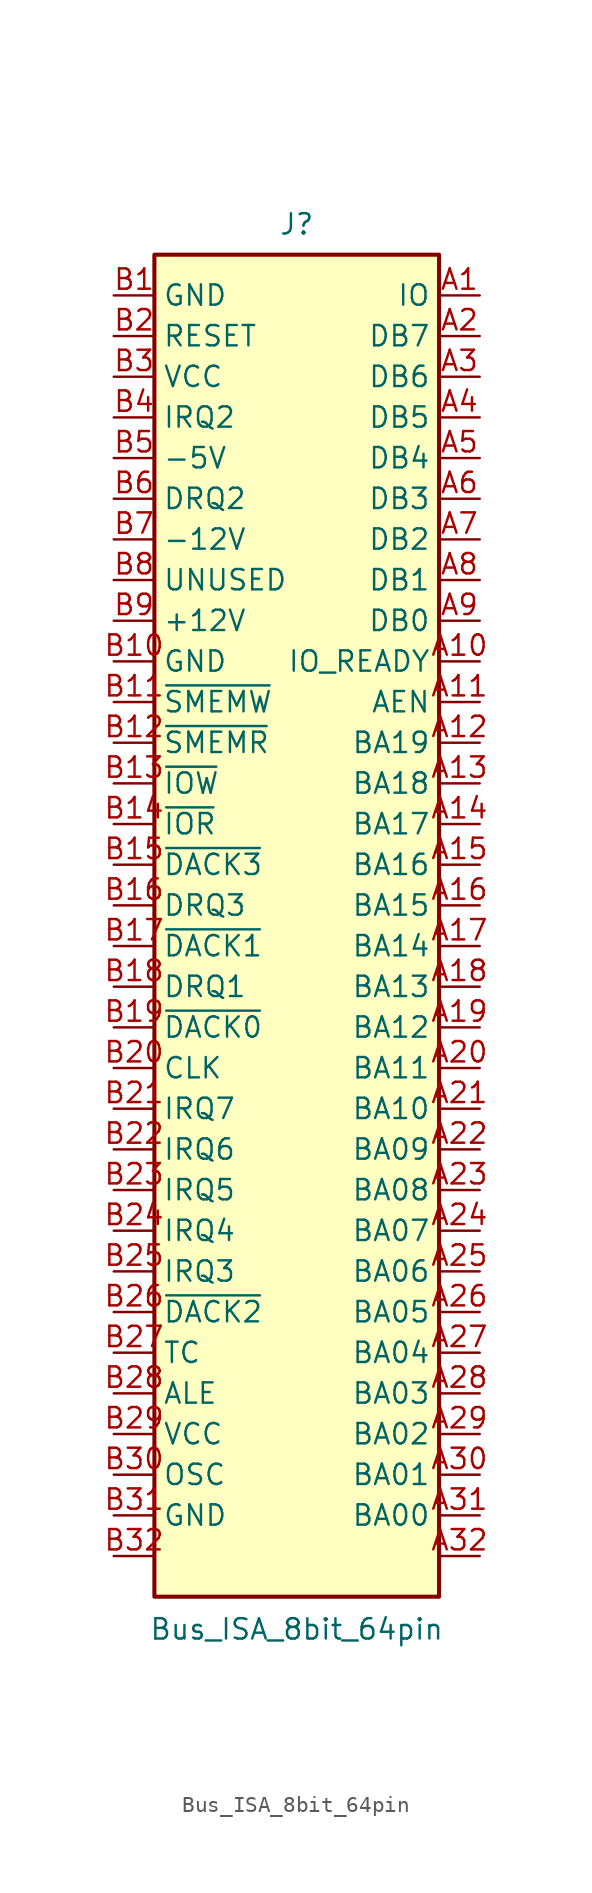
<source format=kicad_sym>
(kicad_symbol_lib
  (version 20241209)
  (generator "kicad_symbol_editor")
  (generator_version "9.0")
  (symbol "Bus_ISA_8bit_64pin"
    (property "Reference" "J"
      (at 0 42.545 0)
      (effects (font (size 1.27 1.27))))
    (property "Value" "Bus_ISA_8bit_64pin"
      (at 0 -45.212 0)
      (effects (font (size 1.27 1.27))))
    (symbol "Bus_ISA_8bit_64pin_0_1"
      (rectangle (start -8.89 40.64) (end 8.89 -43.18) (stroke (width 0.254) (type default)) (fill (type background))))
    (symbol "Bus_ISA_8bit_64pin_1_1"
      (pin power_in line (at -11.43 38.1 0) (length 2.54) (name "GND" (effects (font (size 1.27 1.27)))) (number "B1" (effects (font (size 1.27 1.27)))))
      (pin output line (at -11.43 35.56 0) (length 2.54) (name "RESET" (effects (font (size 1.27 1.27)))) (number "B2" (effects (font (size 1.27 1.27)))))
      (pin power_in line (at -11.43 33.02 0) (length 2.54) (name "VCC" (effects (font (size 1.27 1.27)))) (number "B3" (effects (font (size 1.27 1.27)))))
      (pin passive line (at -11.43 30.48 0) (length 2.54) (name "IRQ2" (effects (font (size 1.27 1.27)))) (number "B4" (effects (font (size 1.27 1.27)))))
      (pin power_in line (at -11.43 27.94 0) (length 2.54) (name "-5V" (effects (font (size 1.27 1.27)))) (number "B5" (effects (font (size 1.27 1.27)))))
      (pin passive line (at -11.43 25.4 0) (length 2.54) (name "DRQ2" (effects (font (size 1.27 1.27)))) (number "B6" (effects (font (size 1.27 1.27)))))
      (pin power_in line (at -11.43 22.86 0) (length 2.54) (name "-12V" (effects (font (size 1.27 1.27)))) (number "B7" (effects (font (size 1.27 1.27)))))
      (pin passive line (at -11.43 20.32 0) (length 2.54) (name "UNUSED" (effects (font (size 1.27 1.27)))) (number "B8" (effects (font (size 1.27 1.27)))))
      (pin power_in line (at -11.43 17.78 0) (length 2.54) (name "+12V" (effects (font (size 1.27 1.27)))) (number "B9" (effects (font (size 1.27 1.27)))))
      (pin power_in line (at -11.43 15.24 0) (length 2.54) (name "GND" (effects (font (size 1.27 1.27)))) (number "B10" (effects (font (size 1.27 1.27)))))
      (pin output line (at -11.43 12.7 0) (length 2.54) (name "~{SMEMW}" (effects (font (size 1.27 1.27)))) (number "B11" (effects (font (size 1.27 1.27)))))
      (pin output line (at -11.43 10.16 0) (length 2.54) (name "~{SMEMR}" (effects (font (size 1.27 1.27)))) (number "B12" (effects (font (size 1.27 1.27)))))
      (pin output line (at -11.43 7.62 0) (length 2.54) (name "~{IOW}" (effects (font (size 1.27 1.27)))) (number "B13" (effects (font (size 1.27 1.27)))))
      (pin output line (at -11.43 5.08 0) (length 2.54) (name "~{IOR}" (effects (font (size 1.27 1.27)))) (number "B14" (effects (font (size 1.27 1.27)))))
      (pin passive line (at -11.43 2.54 0) (length 2.54) (name "~{DACK3}" (effects (font (size 1.27 1.27)))) (number "B15" (effects (font (size 1.27 1.27)))))
      (pin passive line (at -11.43 0 0) (length 2.54) (name "DRQ3" (effects (font (size 1.27 1.27)))) (number "B16" (effects (font (size 1.27 1.27)))))
      (pin passive line (at -11.43 -2.54 0) (length 2.54) (name "~{DACK1}" (effects (font (size 1.27 1.27)))) (number "B17" (effects (font (size 1.27 1.27)))))
      (pin passive line (at -11.43 -5.08 0) (length 2.54) (name "DRQ1" (effects (font (size 1.27 1.27)))) (number "B18" (effects (font (size 1.27 1.27)))))
      (pin passive line (at -11.43 -7.62 0) (length 2.54) (name "~{DACK0}" (effects (font (size 1.27 1.27)))) (number "B19" (effects (font (size 1.27 1.27)))))
      (pin output line (at -11.43 -10.16 0) (length 2.54) (name "CLK" (effects (font (size 1.27 1.27)))) (number "B20" (effects (font (size 1.27 1.27)))))
      (pin passive line (at -11.43 -12.7 0) (length 2.54) (name "IRQ7" (effects (font (size 1.27 1.27)))) (number "B21" (effects (font (size 1.27 1.27)))))
      (pin passive line (at -11.43 -15.24 0) (length 2.54) (name "IRQ6" (effects (font (size 1.27 1.27)))) (number "B22" (effects (font (size 1.27 1.27)))))
      (pin passive line (at -11.43 -17.78 0) (length 2.54) (name "IRQ5" (effects (font (size 1.27 1.27)))) (number "B23" (effects (font (size 1.27 1.27)))))
      (pin passive line (at -11.43 -20.32 0) (length 2.54) (name "IRQ4" (effects (font (size 1.27 1.27)))) (number "B24" (effects (font (size 1.27 1.27)))))
      (pin passive line (at -11.43 -22.86 0) (length 2.54) (name "IRQ3" (effects (font (size 1.27 1.27)))) (number "B25" (effects (font (size 1.27 1.27)))))
      (pin passive line (at -11.43 -25.4 0) (length 2.54) (name "~{DACK2}" (effects (font (size 1.27 1.27)))) (number "B26" (effects (font (size 1.27 1.27)))))
      (pin passive line (at -11.43 -27.94 0) (length 2.54) (name "TC" (effects (font (size 1.27 1.27)))) (number "B27" (effects (font (size 1.27 1.27)))))
      (pin output line (at -11.43 -30.48 0) (length 2.54) (name "ALE" (effects (font (size 1.27 1.27)))) (number "B28" (effects (font (size 1.27 1.27)))))
      (pin power_in line (at -11.43 -33.02 0) (length 2.54) (name "VCC" (effects (font (size 1.27 1.27)))) (number "B29" (effects (font (size 1.27 1.27)))))
      (pin output line (at -11.43 -35.56 0) (length 2.54) (name "OSC" (effects (font (size 1.27 1.27)))) (number "B30" (effects (font (size 1.27 1.27)))))
      (pin power_in line (at -11.43 -38.1 0) (length 2.54) (name "GND" (effects (font (size 1.27 1.27)))) (number "B31" (effects (font (size 1.27 1.27)))))
      (pin power_in line (at -11.43 -40.64 0) (length 2.54) (name "" (effects (font (size 1.27 1.27)))) (number "B32" (effects (font (size 1.27 1.27)))))
      (pin passive line (at 11.43 38.1 180) (length 2.54) (name "IO" (effects (font (size 1.27 1.27)))) (number "A1" (effects (font (size 1.27 1.27)))))
      (pin tri_state line (at 11.43 35.56 180) (length 2.54) (name "DB7" (effects (font (size 1.27 1.27)))) (number "A2" (effects (font (size 1.27 1.27)))))
      (pin tri_state line (at 11.43 33.02 180) (length 2.54) (name "DB6" (effects (font (size 1.27 1.27)))) (number "A3" (effects (font (size 1.27 1.27)))))
      (pin tri_state line (at 11.43 30.48 180) (length 2.54) (name "DB5" (effects (font (size 1.27 1.27)))) (number "A4" (effects (font (size 1.27 1.27)))))
      (pin tri_state line (at 11.43 27.94 180) (length 2.54) (name "DB4" (effects (font (size 1.27 1.27)))) (number "A5" (effects (font (size 1.27 1.27)))))
      (pin tri_state line (at 11.43 25.4 180) (length 2.54) (name "DB3" (effects (font (size 1.27 1.27)))) (number "A6" (effects (font (size 1.27 1.27)))))
      (pin tri_state line (at 11.43 22.86 180) (length 2.54) (name "DB2" (effects (font (size 1.27 1.27)))) (number "A7" (effects (font (size 1.27 1.27)))))
      (pin tri_state line (at 11.43 20.32 180) (length 2.54) (name "DB1" (effects (font (size 1.27 1.27)))) (number "A8" (effects (font (size 1.27 1.27)))))
      (pin tri_state line (at 11.43 17.78 180) (length 2.54) (name "DB0" (effects (font (size 1.27 1.27)))) (number "A9" (effects (font (size 1.27 1.27)))))
      (pin passive line (at 11.43 15.24 180) (length 2.54) (name "IO_READY" (effects (font (size 1.27 1.27)))) (number "A10" (effects (font (size 1.27 1.27)))))
      (pin output line (at 11.43 12.7 180) (length 2.54) (name "AEN" (effects (font (size 1.27 1.27)))) (number "A11" (effects (font (size 1.27 1.27)))))
      (pin tri_state line (at 11.43 10.16 180) (length 2.54) (name "BA19" (effects (font (size 1.27 1.27)))) (number "A12" (effects (font (size 1.27 1.27)))))
      (pin tri_state line (at 11.43 7.62 180) (length 2.54) (name "BA18" (effects (font (size 1.27 1.27)))) (number "A13" (effects (font (size 1.27 1.27)))))
      (pin tri_state line (at 11.43 5.08 180) (length 2.54) (name "BA17" (effects (font (size 1.27 1.27)))) (number "A14" (effects (font (size 1.27 1.27)))))
      (pin tri_state line (at 11.43 2.54 180) (length 2.54) (name "BA16" (effects (font (size 1.27 1.27)))) (number "A15" (effects (font (size 1.27 1.27)))))
      (pin tri_state line (at 11.43 0 180) (length 2.54) (name "BA15" (effects (font (size 1.27 1.27)))) (number "A16" (effects (font (size 1.27 1.27)))))
      (pin tri_state line (at 11.43 -2.54 180) (length 2.54) (name "BA14" (effects (font (size 1.27 1.27)))) (number "A17" (effects (font (size 1.27 1.27)))))
      (pin tri_state line (at 11.43 -5.08 180) (length 2.54) (name "BA13" (effects (font (size 1.27 1.27)))) (number "A18" (effects (font (size 1.27 1.27)))))
      (pin tri_state line (at 11.43 -7.62 180) (length 2.54) (name "BA12" (effects (font (size 1.27 1.27)))) (number "A19" (effects (font (size 1.27 1.27)))))
      (pin tri_state line (at 11.43 -10.16 180) (length 2.54) (name "BA11" (effects (font (size 1.27 1.27)))) (number "A20" (effects (font (size 1.27 1.27)))))
      (pin tri_state line (at 11.43 -12.7 180) (length 2.54) (name "BA10" (effects (font (size 1.27 1.27)))) (number "A21" (effects (font (size 1.27 1.27)))))
      (pin tri_state line (at 11.43 -15.24 180) (length 2.54) (name "BA09" (effects (font (size 1.27 1.27)))) (number "A22" (effects (font (size 1.27 1.27)))))
      (pin tri_state line (at 11.43 -17.78 180) (length 2.54) (name "BA08" (effects (font (size 1.27 1.27)))) (number "A23" (effects (font (size 1.27 1.27)))))
      (pin tri_state line (at 11.43 -20.32 180) (length 2.54) (name "BA07" (effects (font (size 1.27 1.27)))) (number "A24" (effects (font (size 1.27 1.27)))))
      (pin tri_state line (at 11.43 -22.86 180) (length 2.54) (name "BA06" (effects (font (size 1.27 1.27)))) (number "A25" (effects (font (size 1.27 1.27)))))
      (pin tri_state line (at 11.43 -25.4 180) (length 2.54) (name "BA05" (effects (font (size 1.27 1.27)))) (number "A26" (effects (font (size 1.27 1.27)))))
      (pin tri_state line (at 11.43 -27.94 180) (length 2.54) (name "BA04" (effects (font (size 1.27 1.27)))) (number "A27" (effects (font (size 1.27 1.27)))))
      (pin tri_state line (at 11.43 -30.48 180) (length 2.54) (name "BA03" (effects (font (size 1.27 1.27)))) (number "A28" (effects (font (size 1.27 1.27)))))
      (pin tri_state line (at 11.43 -33.02 180) (length 2.54) (name "BA02" (effects (font (size 1.27 1.27)))) (number "A29" (effects (font (size 1.27 1.27)))))
      (pin tri_state line (at 11.43 -35.56 180) (length 2.54) (name "BA01" (effects (font (size 1.27 1.27)))) (number "A30" (effects (font (size 1.27 1.27)))))
      (pin tri_state line (at 11.43 -38.1 180) (length 2.54) (name "BA00" (effects (font (size 1.27 1.27)))) (number "A31" (effects (font (size 1.27 1.27)))))
      (pin tri_state line (at 11.43 -40.64 180) (length 2.54) (name "" (effects (font (size 1.27 1.27)))) (number "A32" (effects (font (size 1.27 1.27))))))))
</source>
